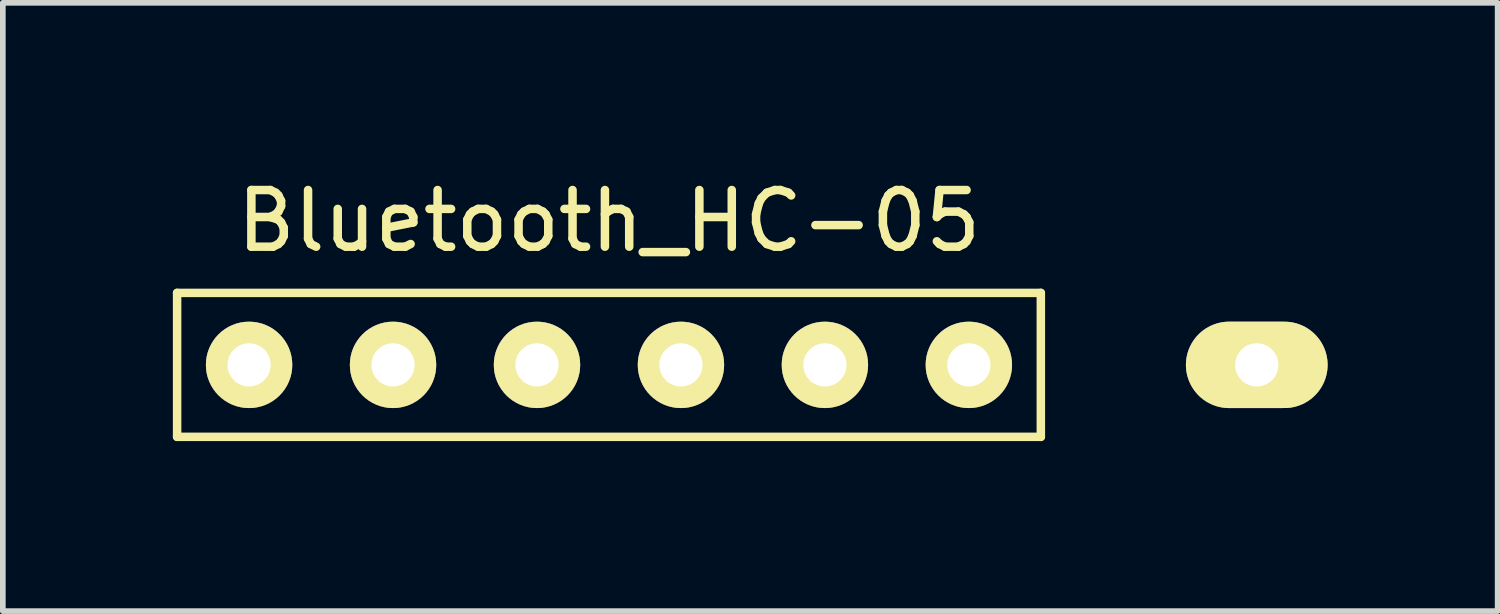
<source format=kicad_pcb>
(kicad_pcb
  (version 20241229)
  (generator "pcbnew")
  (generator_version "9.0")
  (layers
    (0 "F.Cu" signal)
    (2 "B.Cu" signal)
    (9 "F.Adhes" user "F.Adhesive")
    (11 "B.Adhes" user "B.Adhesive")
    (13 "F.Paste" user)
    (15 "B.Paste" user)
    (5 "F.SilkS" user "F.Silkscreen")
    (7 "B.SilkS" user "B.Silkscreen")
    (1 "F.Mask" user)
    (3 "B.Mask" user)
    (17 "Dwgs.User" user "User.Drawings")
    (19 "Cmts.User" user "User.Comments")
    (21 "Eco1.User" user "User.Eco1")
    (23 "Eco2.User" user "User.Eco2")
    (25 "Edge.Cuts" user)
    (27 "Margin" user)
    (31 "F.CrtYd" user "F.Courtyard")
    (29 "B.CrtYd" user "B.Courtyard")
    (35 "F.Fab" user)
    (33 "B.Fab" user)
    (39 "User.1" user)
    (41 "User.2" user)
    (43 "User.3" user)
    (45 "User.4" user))
  (footprint "Bluetooth_HC-05"
    (layer "F.Cu")
    (at 8.965 3.388)
    (property "Reference" "Bluetooth_HC-05" (at -1.27 -2.54 0) (layer "F.SilkS") (effects (font (size 1 1) (thickness 0.15))))
    (attr through_hole)
    (fp_line (start -8.89 -1.27) (end -8.89 1.27) (stroke (width 0.15) (type solid)) (layer "F.SilkS"))
    (fp_line (start -8.89 1.27) (end 6.35 1.27) (stroke (width 0.15) (type solid)) (layer "F.SilkS"))
    (fp_line (start 6.35 -1.27) (end -8.89 -1.27) (stroke (width 0.15) (type solid)) (layer "F.SilkS"))
    (fp_line (start 6.35 1.27) (end 6.35 -1.27) (stroke (width 0.15) (type solid)) (layer "F.SilkS"))
    (pad "1" thru_hole circle (at -7.62 0) (size 1.524 1.524) (drill 0.762) (layers "*.Cu" "*.Mask" "F.SilkS"))
    (pad "2" thru_hole circle (at -5.08 0) (size 1.524 1.524) (drill 0.762) (layers "*.Cu" "*.Mask" "F.SilkS"))
    (pad "3" thru_hole circle (at -2.54 0) (size 1.524 1.524) (drill 0.762) (layers "*.Cu" "*.Mask" "F.SilkS"))
    (pad "4" thru_hole circle (at 0 0) (size 1.524 1.524) (drill 0.762) (layers "*.Cu" "*.Mask" "F.SilkS"))
    (pad "5" thru_hole circle (at 2.54 0) (size 1.524 1.524) (drill 0.762) (layers "*.Cu" "*.Mask" "F.SilkS"))
    (pad "6" thru_hole circle (at 5.08 0) (size 1.524 1.524) (drill 0.762) (layers "*.Cu" "*.Mask" "F.SilkS"))
    (pad "32" thru_hole oval (at 10.16 0) (size 2.5 1.524) (drill 0.762) (layers "*.Cu" "*.Mask" "F.SilkS")))
  (gr_rect
    (start -3 -3)
    (end 23.375 7.733)
    (stroke (width 0.1) (type default))
    (fill no)
    (layer "Edge.Cuts")))
</source>
